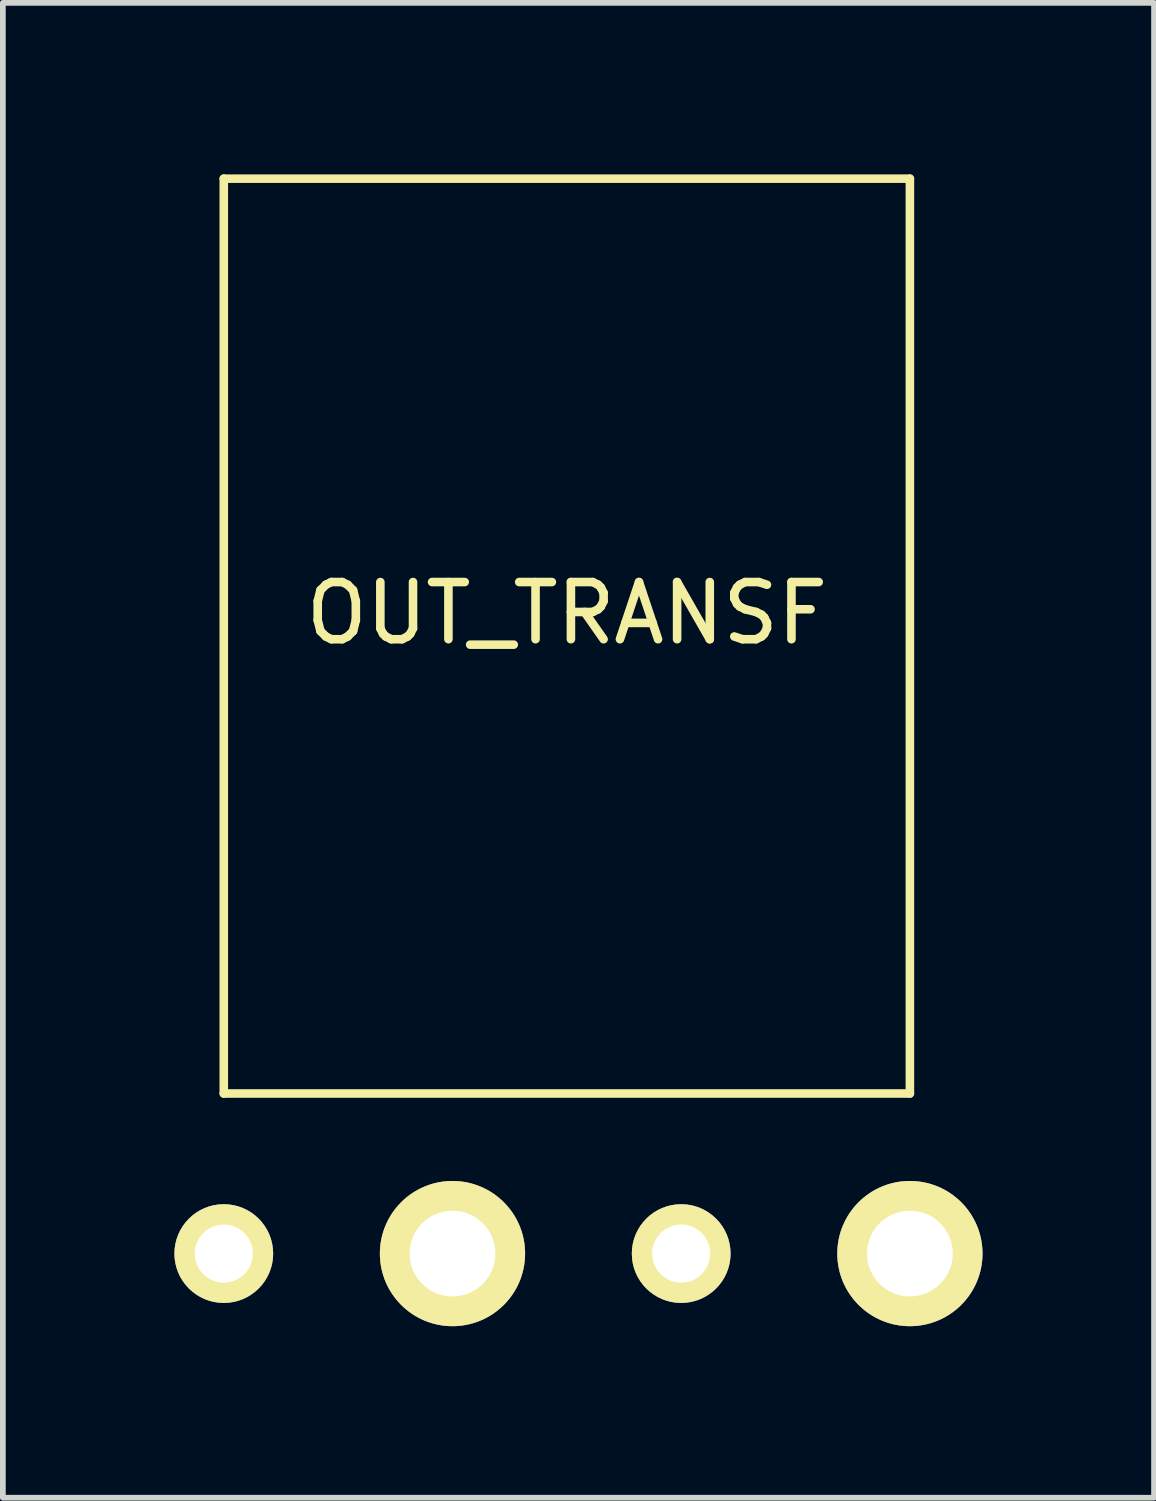
<source format=kicad_pcb>
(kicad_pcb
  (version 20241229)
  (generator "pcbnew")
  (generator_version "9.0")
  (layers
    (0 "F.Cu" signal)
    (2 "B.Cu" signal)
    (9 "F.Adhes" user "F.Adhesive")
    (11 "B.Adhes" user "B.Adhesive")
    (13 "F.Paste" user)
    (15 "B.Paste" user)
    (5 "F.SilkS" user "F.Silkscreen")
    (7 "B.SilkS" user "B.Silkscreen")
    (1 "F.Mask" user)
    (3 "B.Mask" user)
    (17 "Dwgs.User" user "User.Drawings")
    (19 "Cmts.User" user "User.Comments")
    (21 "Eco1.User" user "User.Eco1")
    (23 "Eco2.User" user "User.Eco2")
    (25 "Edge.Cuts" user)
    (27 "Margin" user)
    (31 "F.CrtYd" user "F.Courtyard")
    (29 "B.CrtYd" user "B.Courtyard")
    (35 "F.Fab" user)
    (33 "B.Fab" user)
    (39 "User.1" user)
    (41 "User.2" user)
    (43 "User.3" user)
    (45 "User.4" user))
  (footprint "OUT_TRANSF"
    (layer "F.Cu")
    (at 6.864 18.875)
    (property "Reference" "OUT_TRANSF" (at 0 -11.2 0) (layer "F.SilkS") (effects (font (size 1 1) (thickness 0.15))))
    (attr through_hole)
    (fp_line (start -6 -18.8) (end 6 -18.8) (stroke (width 0.15) (type solid)) (layer "F.SilkS"))
    (fp_line (start -6 -2.8) (end -6 -18.8) (stroke (width 0.15) (type solid)) (layer "F.SilkS"))
    (fp_line (start 6 -18.8) (end 6 -2.8) (stroke (width 0.15) (type solid)) (layer "F.SilkS"))
    (fp_line (start 6 -2.8) (end -6 -2.8) (stroke (width 0.15) (type solid)) (layer "F.SilkS"))
    (pad "1" thru_hole circle (at 6 0) (size 2.54 2.54) (drill 1.5) (layers "*.Cu" "*.Mask" "F.SilkS"))
    (pad "2" thru_hole circle (at -2 0) (size 2.54 2.54) (drill 1.5) (layers "*.Cu" "*.Mask" "F.SilkS"))
    (pad "3" thru_hole circle (at 2 0) (size 1.727 1.727) (drill 1.016) (layers "*.Cu" "*.Mask" "F.SilkS"))
    (pad "4" thru_hole circle (at -6 0) (size 1.727 1.727) (drill 1.016) (layers "*.Cu" "*.Mask" "F.SilkS")))
  (gr_rect
    (start -3 -3)
    (end 17.134 23.145)
    (stroke (width 0.1) (type default))
    (fill no)
    (layer "Edge.Cuts")))
</source>
